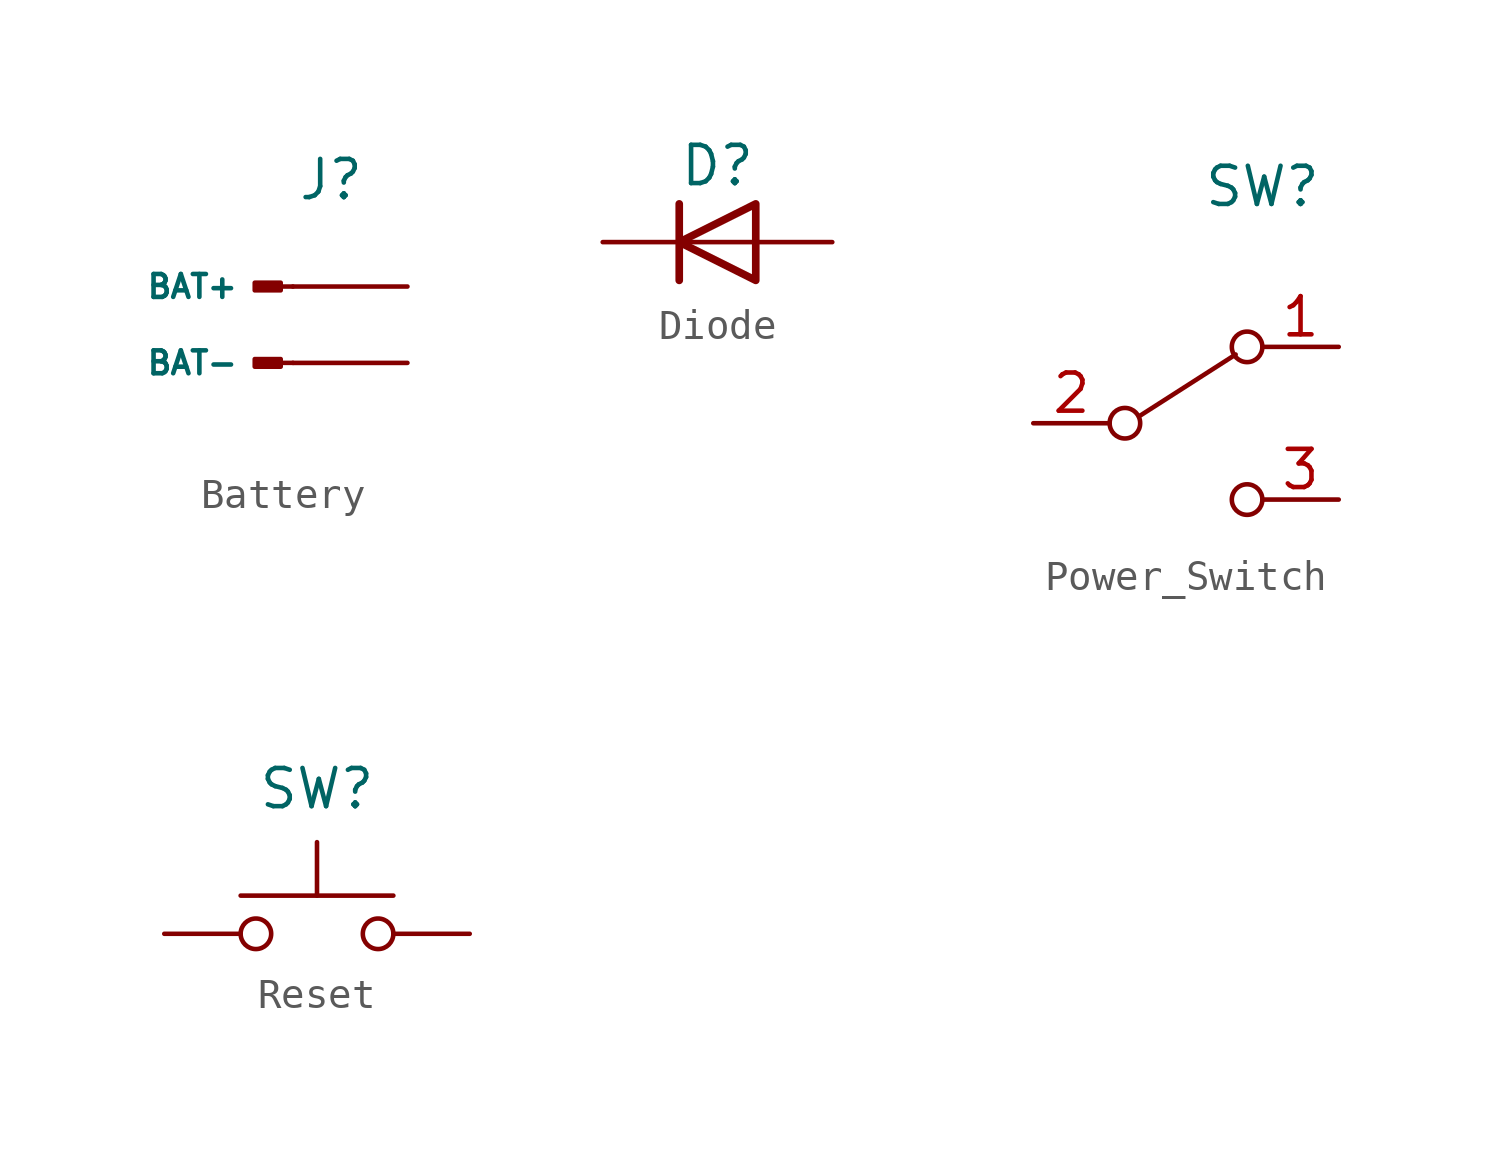
<source format=kicad_sym>
(kicad_symbol_lib
  (version 20241209)
  (generator "kicad_symbol_editor")
  (generator_version "9.0")
  (symbol "Battery"
    (pin_numbers
      (hide yes))
    (pin_names
      (offset 1.778))
    (property "Reference" "J"
      (at 0 4.826 0)
      (effects (font (size 1.27 1.27))))
    (property "Value" ""
      (at -1.524 -3.556 0)
      (effects (font (size 1.27 1.27))))
    (symbol "Battery_1_1"
      (rectangle (start -1.676 1.397) (end -2.54 1.143) (stroke (width 0.152) (type default)) (fill (type outline)))
      (rectangle (start -1.676 -1.143) (end -2.54 -1.397) (stroke (width 0.152) (type default)) (fill (type outline)))
      (polyline (pts (xy -1.27 1.27) (xy -1.676 1.27)) (stroke (width 0.152) (type default)) (fill (type none)))
      (polyline (pts (xy -1.27 -1.27) (xy -1.676 -1.27)) (stroke (width 0.152) (type default)) (fill (type none)))
      (pin passive line (at 2.54 1.27 180) (length 3.81) (name "BAT+" (effects (font (size 0.762 0.762)))) (number "1" (effects (font (size 0.762 0.762)))))
      (pin passive line (at 2.54 -1.27 180) (length 3.81) (name "BAT-" (effects (font (size 0.762 0.762)))) (number "2" (effects (font (size 1.27 1.27)))))))
  (symbol "Diode"
    (pin_numbers
      (hide yes))
    (pin_names
      (hide yes))
    (property "Reference" "D"
      (at 0 2.54 0)
      (effects (font (size 1.27 1.27))))
    (symbol "Diode_0_1"
      (polyline (pts (xy -1.27 1.27) (xy -1.27 -1.27)) (stroke (width 0.254) (type default)) (fill (type none)))
      (polyline (pts (xy 1.27 1.27) (xy 1.27 -1.27) (xy -1.27 0) (xy 1.27 1.27)) (stroke (width 0.254) (type default)) (fill (type none)))
      (polyline (pts (xy 1.27 0) (xy -1.27 0)) (stroke (width 0) (type default)) (fill (type none))))
    (symbol "Diode_1_1"
      (pin passive line (at -3.81 0 0) (length 2.54) (name "K" (effects (font (size 1.27 1.27)))) (number "1" (effects (font (size 1.27 1.27)))))
      (pin passive line (at 3.81 0 180) (length 2.54) (name "A" (effects (font (size 1.27 1.27)))) (number "2" (effects (font (size 1.27 1.27)))))))
  (symbol "Power_Switch"
    (pin_names
      (hide yes))
    (property "Reference" "SW"
      (at 0 7.874 0)
      (effects (font (size 1.27 1.27))))
    (property "Value" ""
      (at 0.254 5.588 0)
      (effects (font (size 1.27 1.27))))
    (symbol "Power_Switch_0_0"
      (circle (center -4.572 0) (radius 0.508) (stroke (width 0) (type default)) (fill (type none)))
      (circle (center -0.508 -2.54) (radius 0.508) (stroke (width 0) (type default)) (fill (type none))))
    (symbol "Power_Switch_0_1"
      (polyline (pts (xy -4.064 0.254) (xy -0.889 2.286)) (stroke (width 0) (type default)) (fill (type none)))
      (circle (center -0.508 2.54) (radius 0.508) (stroke (width 0) (type default)) (fill (type none))))
    (symbol "Power_Switch_1_1"
      (pin passive line (at -7.62 0 0) (length 2.54) (name "B" (effects (font (size 1.27 1.27)))) (number "2" (effects (font (size 1.27 1.27)))))
      (pin passive line (at 2.54 2.54 180) (length 2.54) (name "A" (effects (font (size 1.27 1.27)))) (number "1" (effects (font (size 1.27 1.27)))))
      (pin passive line (at 2.54 -2.54 180) (length 2.54) (name "C" (effects (font (size 1.27 1.27)))) (number "3" (effects (font (size 1.27 1.27)))))))
  (symbol "Reset"
    (pin_numbers
      (hide yes))
    (pin_names
      (offset 1.27)
      (hide yes))
    (property "Reference" "SW"
      (at 0 4.826 0)
      (effects (font (size 1.27 1.27))))
    (property "Value" ""
      (at 0 0 0)
      (effects (font (size 1.27 1.27))))
    (symbol "Reset_0_1"
      (circle (center -2.032 0) (radius 0.508) (stroke (width 0) (type default)) (fill (type none)))
      (polyline (pts (xy 0 1.27) (xy 0 3.048)) (stroke (width 0) (type default)) (fill (type none)))
      (circle (center 2.032 0) (radius 0.508) (stroke (width 0) (type default)) (fill (type none)))
      (polyline (pts (xy 2.54 1.27) (xy -2.54 1.27)) (stroke (width 0) (type default)) (fill (type none)))
      (pin passive line (at -5.08 0 0) (length 2.54) (name "1" (effects (font (size 1.27 1.27)))) (number "1" (effects (font (size 1.27 1.27)))))
      (pin passive line (at 5.08 0 180) (length 2.54) (name "2" (effects (font (size 1.27 1.27)))) (number "2" (effects (font (size 1.27 1.27))))))))
</source>
